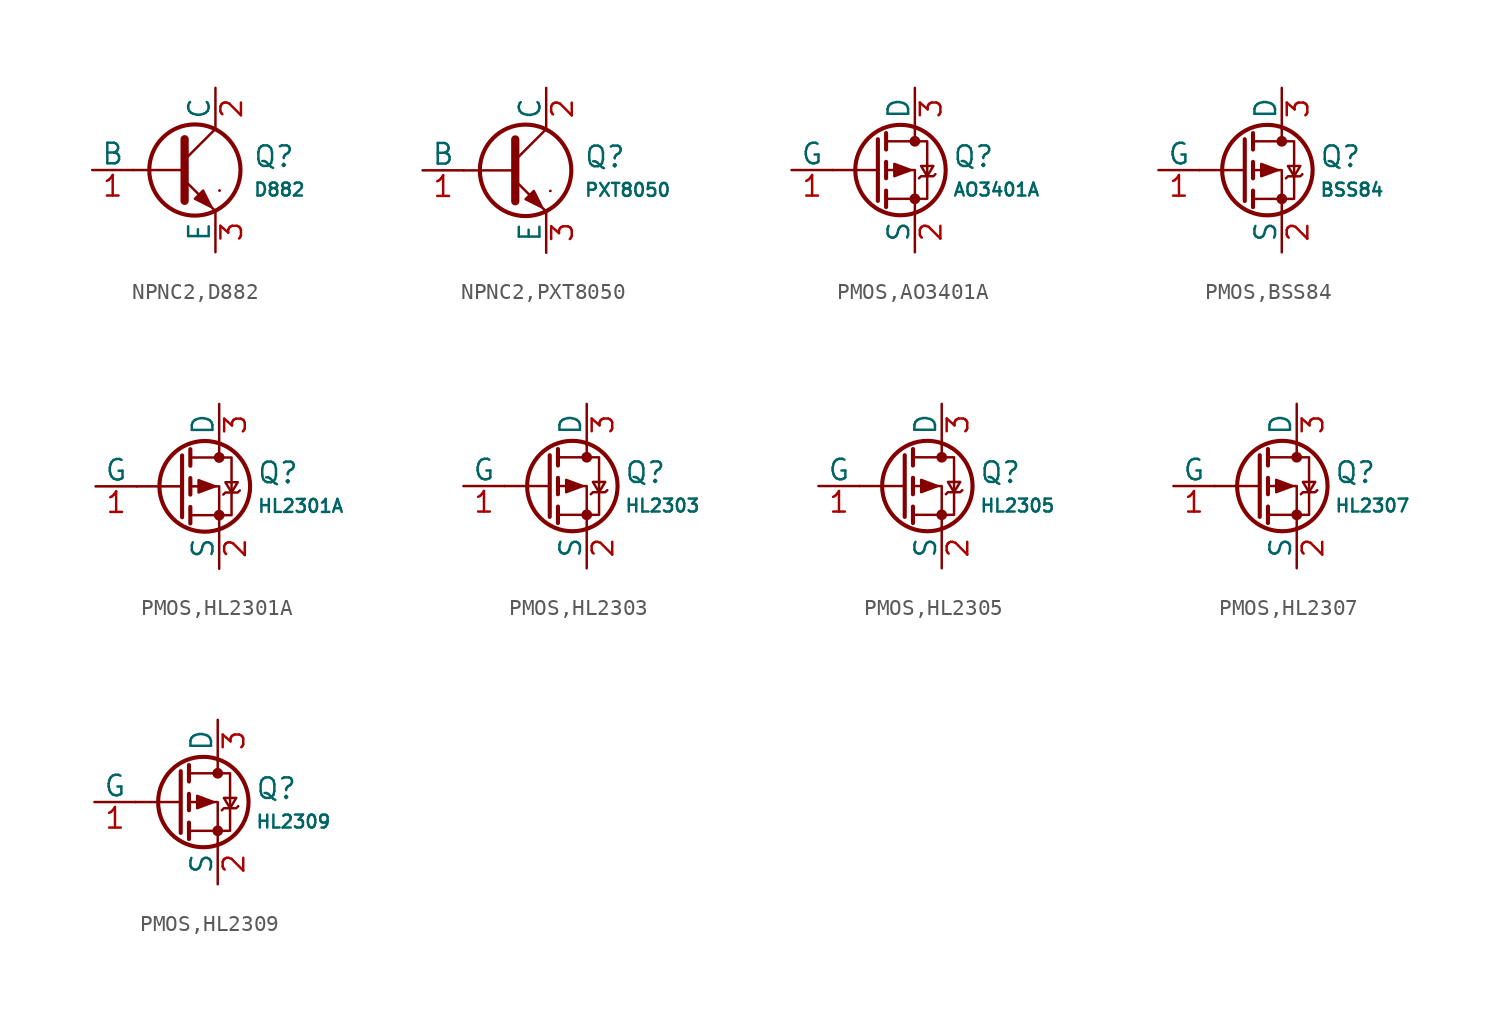
<source format=kicad_sym>
(kicad_symbol_lib
  (version 20231120)
  (generator "CDFER")
  (generator_version "8.0")
  (symbol "NPNC2,D882"
    (pin_names
      (offset 0))
    (property "Reference" "Q"
      (at 4.851 0.834 0)
      (effects (font (size 1.27 1.27)) (justify left)))
    (property "Value" "D882"
      (at 4.851 -1.212 0)
      (effects (font (size 0.8 0.8)) (justify left)))
    (symbol "NPNC2,D882_0_1"
      (polyline (pts (xy -2.54 0) (xy 0.635 0)) (stroke (width 0.152) (type default)) (fill (type none)))
      (polyline (pts (xy 0.635 0.635) (xy 2.54 2.54)) (stroke (width 0) (type default)) (fill (type none)))
      (polyline (pts (xy 2.794 -1.27) (xy 2.794 -1.27)) (stroke (width 0.152) (type default)) (fill (type none)))
      (polyline (pts (xy 2.794 -1.27) (xy 2.794 -1.27)) (stroke (width 0.152) (type default)) (fill (type none)))
      (polyline (pts (xy 0.635 -0.635) (xy 2.54 -2.54) (xy 2.54 -2.54)) (stroke (width 0) (type default)) (fill (type none)))
      (polyline (pts (xy 0.635 1.905) (xy 0.635 -1.905) (xy 0.635 -1.905)) (stroke (width 0.508) (type default)) (fill (type none)))
      (polyline (pts (xy 1.27 -1.778) (xy 1.778 -1.27) (xy 2.286 -2.286) (xy 1.27 -1.778) (xy 1.27 -1.778)) (stroke (width 0) (type default)) (fill (type outline)))
      (circle (center 1.27 0) (radius 2.819) (stroke (width 0.254) (type default)) (fill (type none))))
    (symbol "NPNC2,D882_1_1"
      (pin open_collector line (at 2.54 5.08 270) (length 2.54) (name "C" (effects (font (size 1.27 1.27)))) (number "2" (effects (font (size 1.27 1.27)))))
      (pin input line (at -5.08 0 0) (length 2.54) (name "B" (effects (font (size 1.27 1.27)))) (number "1" (effects (font (size 1.27 1.27)))))
      (pin open_emitter line (at 2.54 -5.08 90) (length 2.54) (name "E" (effects (font (size 1.27 1.27)))) (number "3" (effects (font (size 1.27 1.27)))))))
  (symbol "NPNC2,PXT8050"
    (pin_names
      (offset 0))
    (property "Reference" "Q"
      (at 4.851 0.834 0)
      (effects (font (size 1.27 1.27)) (justify left)))
    (property "Value" "PXT8050"
      (at 4.851 -1.212 0)
      (effects (font (size 0.8 0.8)) (justify left)))
    (symbol "NPNC2,PXT8050_0_1"
      (polyline (pts (xy -2.54 0) (xy 0.635 0)) (stroke (width 0.152) (type default)) (fill (type none)))
      (polyline (pts (xy 0.635 0.635) (xy 2.54 2.54)) (stroke (width 0) (type default)) (fill (type none)))
      (polyline (pts (xy 2.794 -1.27) (xy 2.794 -1.27)) (stroke (width 0.152) (type default)) (fill (type none)))
      (polyline (pts (xy 2.794 -1.27) (xy 2.794 -1.27)) (stroke (width 0.152) (type default)) (fill (type none)))
      (polyline (pts (xy 0.635 -0.635) (xy 2.54 -2.54) (xy 2.54 -2.54)) (stroke (width 0) (type default)) (fill (type none)))
      (polyline (pts (xy 0.635 1.905) (xy 0.635 -1.905) (xy 0.635 -1.905)) (stroke (width 0.508) (type default)) (fill (type none)))
      (polyline (pts (xy 1.27 -1.778) (xy 1.778 -1.27) (xy 2.286 -2.286) (xy 1.27 -1.778) (xy 1.27 -1.778)) (stroke (width 0) (type default)) (fill (type outline)))
      (circle (center 1.27 0) (radius 2.819) (stroke (width 0.254) (type default)) (fill (type none))))
    (symbol "NPNC2,PXT8050_1_1"
      (pin open_collector line (at 2.54 5.08 270) (length 2.54) (name "C" (effects (font (size 1.27 1.27)))) (number "2" (effects (font (size 1.27 1.27)))))
      (pin input line (at -5.08 0 0) (length 2.54) (name "B" (effects (font (size 1.27 1.27)))) (number "1" (effects (font (size 1.27 1.27)))))
      (pin open_emitter line (at 2.54 -5.08 90) (length 2.54) (name "E" (effects (font (size 1.27 1.27)))) (number "3" (effects (font (size 1.27 1.27)))))))
  (symbol "PMOS,AO3401A"
    (pin_names
      (offset 0))
    (property "Reference" "Q"
      (at 4.851 0.834 0)
      (effects (font (size 1.27 1.27)) (justify left)))
    (property "Value" "AO3401A"
      (at 4.851 -1.212 0)
      (effects (font (size 0.8 0.8)) (justify left)))
    (symbol "PMOS,AO3401A_0_1"
      (polyline (pts (xy 0.254 0) (xy -2.54 0)) (stroke (width 0) (type default)) (fill (type none)))
      (polyline (pts (xy 0.254 1.905) (xy 0.254 -1.905)) (stroke (width 0.254) (type default)) (fill (type none)))
      (polyline (pts (xy 0.762 -1.27) (xy 0.762 -2.286)) (stroke (width 0.254) (type default)) (fill (type none)))
      (polyline (pts (xy 0.762 0.508) (xy 0.762 -0.508)) (stroke (width 0.254) (type default)) (fill (type none)))
      (polyline (pts (xy 0.762 2.286) (xy 0.762 1.27)) (stroke (width 0.254) (type default)) (fill (type none)))
      (polyline (pts (xy 2.54 2.54) (xy 2.54 1.778)) (stroke (width 0) (type default)) (fill (type none)))
      (polyline (pts (xy 2.54 -2.54) (xy 2.54 0) (xy 0.762 0)) (stroke (width 0) (type default)) (fill (type none)))
      (polyline (pts (xy 0.762 1.778) (xy 3.302 1.778) (xy 3.302 -1.778) (xy 0.762 -1.778)) (stroke (width 0) (type default)) (fill (type none)))
      (polyline (pts (xy 2.286 0) (xy 1.27 0.381) (xy 1.27 -0.381) (xy 2.286 0)) (stroke (width 0) (type default)) (fill (type outline)))
      (polyline (pts (xy 2.794 -0.508) (xy 2.921 -0.381) (xy 3.683 -0.381) (xy 3.81 -0.254)) (stroke (width 0) (type default)) (fill (type none)))
      (polyline (pts (xy 3.302 -0.381) (xy 2.921 0.254) (xy 3.683 0.254) (xy 3.302 -0.381)) (stroke (width 0) (type default)) (fill (type none)))
      (circle (center 1.651 0) (radius 2.794) (stroke (width 0.254) (type default)) (fill (type none)))
      (circle (center 2.54 -1.778) (radius 0.254) (stroke (width 0) (type default)) (fill (type outline)))
      (circle (center 2.54 1.778) (radius 0.254) (stroke (width 0) (type default)) (fill (type outline))))
    (symbol "PMOS,AO3401A_1_1"
      (pin passive line (at 2.54 5.08 270) (length 2.54) (name "D" (effects (font (size 1.27 1.27)))) (number "3" (effects (font (size 1.27 1.27)))))
      (pin input line (at -5.08 0 0) (length 2.54) (name "G" (effects (font (size 1.27 1.27)))) (number "1" (effects (font (size 1.27 1.27)))))
      (pin passive line (at 2.54 -5.08 90) (length 2.54) (name "S" (effects (font (size 1.27 1.27)))) (number "2" (effects (font (size 1.27 1.27)))))))
  (symbol "PMOS,BSS84"
    (pin_names
      (offset 0))
    (property "Reference" "Q"
      (at 4.851 0.834 0)
      (effects (font (size 1.27 1.27)) (justify left)))
    (property "Value" "BSS84"
      (at 4.851 -1.212 0)
      (effects (font (size 0.8 0.8)) (justify left)))
    (symbol "PMOS,BSS84_0_1"
      (polyline (pts (xy 0.254 0) (xy -2.54 0)) (stroke (width 0) (type default)) (fill (type none)))
      (polyline (pts (xy 0.254 1.905) (xy 0.254 -1.905)) (stroke (width 0.254) (type default)) (fill (type none)))
      (polyline (pts (xy 0.762 -1.27) (xy 0.762 -2.286)) (stroke (width 0.254) (type default)) (fill (type none)))
      (polyline (pts (xy 0.762 0.508) (xy 0.762 -0.508)) (stroke (width 0.254) (type default)) (fill (type none)))
      (polyline (pts (xy 0.762 2.286) (xy 0.762 1.27)) (stroke (width 0.254) (type default)) (fill (type none)))
      (polyline (pts (xy 2.54 2.54) (xy 2.54 1.778)) (stroke (width 0) (type default)) (fill (type none)))
      (polyline (pts (xy 2.54 -2.54) (xy 2.54 0) (xy 0.762 0)) (stroke (width 0) (type default)) (fill (type none)))
      (polyline (pts (xy 0.762 1.778) (xy 3.302 1.778) (xy 3.302 -1.778) (xy 0.762 -1.778)) (stroke (width 0) (type default)) (fill (type none)))
      (polyline (pts (xy 2.286 0) (xy 1.27 0.381) (xy 1.27 -0.381) (xy 2.286 0)) (stroke (width 0) (type default)) (fill (type outline)))
      (polyline (pts (xy 2.794 -0.508) (xy 2.921 -0.381) (xy 3.683 -0.381) (xy 3.81 -0.254)) (stroke (width 0) (type default)) (fill (type none)))
      (polyline (pts (xy 3.302 -0.381) (xy 2.921 0.254) (xy 3.683 0.254) (xy 3.302 -0.381)) (stroke (width 0) (type default)) (fill (type none)))
      (circle (center 1.651 0) (radius 2.794) (stroke (width 0.254) (type default)) (fill (type none)))
      (circle (center 2.54 -1.778) (radius 0.254) (stroke (width 0) (type default)) (fill (type outline)))
      (circle (center 2.54 1.778) (radius 0.254) (stroke (width 0) (type default)) (fill (type outline))))
    (symbol "PMOS,BSS84_1_1"
      (pin passive line (at 2.54 5.08 270) (length 2.54) (name "D" (effects (font (size 1.27 1.27)))) (number "3" (effects (font (size 1.27 1.27)))))
      (pin input line (at -5.08 0 0) (length 2.54) (name "G" (effects (font (size 1.27 1.27)))) (number "1" (effects (font (size 1.27 1.27)))))
      (pin passive line (at 2.54 -5.08 90) (length 2.54) (name "S" (effects (font (size 1.27 1.27)))) (number "2" (effects (font (size 1.27 1.27)))))))
  (symbol "PMOS,HL2301A"
    (pin_names
      (offset 0))
    (property "Reference" "Q"
      (at 4.851 0.834 0)
      (effects (font (size 1.27 1.27)) (justify left)))
    (property "Value" "HL2301A"
      (at 4.851 -1.212 0)
      (effects (font (size 0.8 0.8)) (justify left)))
    (symbol "PMOS,HL2301A_0_1"
      (polyline (pts (xy 0.254 0) (xy -2.54 0)) (stroke (width 0) (type default)) (fill (type none)))
      (polyline (pts (xy 0.254 1.905) (xy 0.254 -1.905)) (stroke (width 0.254) (type default)) (fill (type none)))
      (polyline (pts (xy 0.762 -1.27) (xy 0.762 -2.286)) (stroke (width 0.254) (type default)) (fill (type none)))
      (polyline (pts (xy 0.762 0.508) (xy 0.762 -0.508)) (stroke (width 0.254) (type default)) (fill (type none)))
      (polyline (pts (xy 0.762 2.286) (xy 0.762 1.27)) (stroke (width 0.254) (type default)) (fill (type none)))
      (polyline (pts (xy 2.54 2.54) (xy 2.54 1.778)) (stroke (width 0) (type default)) (fill (type none)))
      (polyline (pts (xy 2.54 -2.54) (xy 2.54 0) (xy 0.762 0)) (stroke (width 0) (type default)) (fill (type none)))
      (polyline (pts (xy 0.762 1.778) (xy 3.302 1.778) (xy 3.302 -1.778) (xy 0.762 -1.778)) (stroke (width 0) (type default)) (fill (type none)))
      (polyline (pts (xy 2.286 0) (xy 1.27 0.381) (xy 1.27 -0.381) (xy 2.286 0)) (stroke (width 0) (type default)) (fill (type outline)))
      (polyline (pts (xy 2.794 -0.508) (xy 2.921 -0.381) (xy 3.683 -0.381) (xy 3.81 -0.254)) (stroke (width 0) (type default)) (fill (type none)))
      (polyline (pts (xy 3.302 -0.381) (xy 2.921 0.254) (xy 3.683 0.254) (xy 3.302 -0.381)) (stroke (width 0) (type default)) (fill (type none)))
      (circle (center 1.651 0) (radius 2.794) (stroke (width 0.254) (type default)) (fill (type none)))
      (circle (center 2.54 -1.778) (radius 0.254) (stroke (width 0) (type default)) (fill (type outline)))
      (circle (center 2.54 1.778) (radius 0.254) (stroke (width 0) (type default)) (fill (type outline))))
    (symbol "PMOS,HL2301A_1_1"
      (pin passive line (at 2.54 5.08 270) (length 2.54) (name "D" (effects (font (size 1.27 1.27)))) (number "3" (effects (font (size 1.27 1.27)))))
      (pin input line (at -5.08 0 0) (length 2.54) (name "G" (effects (font (size 1.27 1.27)))) (number "1" (effects (font (size 1.27 1.27)))))
      (pin passive line (at 2.54 -5.08 90) (length 2.54) (name "S" (effects (font (size 1.27 1.27)))) (number "2" (effects (font (size 1.27 1.27)))))))
  (symbol "PMOS,HL2303"
    (pin_names
      (offset 0))
    (property "Reference" "Q"
      (at 4.851 0.834 0)
      (effects (font (size 1.27 1.27)) (justify left)))
    (property "Value" "HL2303"
      (at 4.851 -1.212 0)
      (effects (font (size 0.8 0.8)) (justify left)))
    (symbol "PMOS,HL2303_0_1"
      (polyline (pts (xy 0.254 0) (xy -2.54 0)) (stroke (width 0) (type default)) (fill (type none)))
      (polyline (pts (xy 0.254 1.905) (xy 0.254 -1.905)) (stroke (width 0.254) (type default)) (fill (type none)))
      (polyline (pts (xy 0.762 -1.27) (xy 0.762 -2.286)) (stroke (width 0.254) (type default)) (fill (type none)))
      (polyline (pts (xy 0.762 0.508) (xy 0.762 -0.508)) (stroke (width 0.254) (type default)) (fill (type none)))
      (polyline (pts (xy 0.762 2.286) (xy 0.762 1.27)) (stroke (width 0.254) (type default)) (fill (type none)))
      (polyline (pts (xy 2.54 2.54) (xy 2.54 1.778)) (stroke (width 0) (type default)) (fill (type none)))
      (polyline (pts (xy 2.54 -2.54) (xy 2.54 0) (xy 0.762 0)) (stroke (width 0) (type default)) (fill (type none)))
      (polyline (pts (xy 0.762 1.778) (xy 3.302 1.778) (xy 3.302 -1.778) (xy 0.762 -1.778)) (stroke (width 0) (type default)) (fill (type none)))
      (polyline (pts (xy 2.286 0) (xy 1.27 0.381) (xy 1.27 -0.381) (xy 2.286 0)) (stroke (width 0) (type default)) (fill (type outline)))
      (polyline (pts (xy 2.794 -0.508) (xy 2.921 -0.381) (xy 3.683 -0.381) (xy 3.81 -0.254)) (stroke (width 0) (type default)) (fill (type none)))
      (polyline (pts (xy 3.302 -0.381) (xy 2.921 0.254) (xy 3.683 0.254) (xy 3.302 -0.381)) (stroke (width 0) (type default)) (fill (type none)))
      (circle (center 1.651 0) (radius 2.794) (stroke (width 0.254) (type default)) (fill (type none)))
      (circle (center 2.54 -1.778) (radius 0.254) (stroke (width 0) (type default)) (fill (type outline)))
      (circle (center 2.54 1.778) (radius 0.254) (stroke (width 0) (type default)) (fill (type outline))))
    (symbol "PMOS,HL2303_1_1"
      (pin passive line (at 2.54 5.08 270) (length 2.54) (name "D" (effects (font (size 1.27 1.27)))) (number "3" (effects (font (size 1.27 1.27)))))
      (pin input line (at -5.08 0 0) (length 2.54) (name "G" (effects (font (size 1.27 1.27)))) (number "1" (effects (font (size 1.27 1.27)))))
      (pin passive line (at 2.54 -5.08 90) (length 2.54) (name "S" (effects (font (size 1.27 1.27)))) (number "2" (effects (font (size 1.27 1.27)))))))
  (symbol "PMOS,HL2305"
    (pin_names
      (offset 0))
    (property "Reference" "Q"
      (at 4.851 0.834 0)
      (effects (font (size 1.27 1.27)) (justify left)))
    (property "Value" "HL2305"
      (at 4.851 -1.212 0)
      (effects (font (size 0.8 0.8)) (justify left)))
    (symbol "PMOS,HL2305_0_1"
      (polyline (pts (xy 0.254 0) (xy -2.54 0)) (stroke (width 0) (type default)) (fill (type none)))
      (polyline (pts (xy 0.254 1.905) (xy 0.254 -1.905)) (stroke (width 0.254) (type default)) (fill (type none)))
      (polyline (pts (xy 0.762 -1.27) (xy 0.762 -2.286)) (stroke (width 0.254) (type default)) (fill (type none)))
      (polyline (pts (xy 0.762 0.508) (xy 0.762 -0.508)) (stroke (width 0.254) (type default)) (fill (type none)))
      (polyline (pts (xy 0.762 2.286) (xy 0.762 1.27)) (stroke (width 0.254) (type default)) (fill (type none)))
      (polyline (pts (xy 2.54 2.54) (xy 2.54 1.778)) (stroke (width 0) (type default)) (fill (type none)))
      (polyline (pts (xy 2.54 -2.54) (xy 2.54 0) (xy 0.762 0)) (stroke (width 0) (type default)) (fill (type none)))
      (polyline (pts (xy 0.762 1.778) (xy 3.302 1.778) (xy 3.302 -1.778) (xy 0.762 -1.778)) (stroke (width 0) (type default)) (fill (type none)))
      (polyline (pts (xy 2.286 0) (xy 1.27 0.381) (xy 1.27 -0.381) (xy 2.286 0)) (stroke (width 0) (type default)) (fill (type outline)))
      (polyline (pts (xy 2.794 -0.508) (xy 2.921 -0.381) (xy 3.683 -0.381) (xy 3.81 -0.254)) (stroke (width 0) (type default)) (fill (type none)))
      (polyline (pts (xy 3.302 -0.381) (xy 2.921 0.254) (xy 3.683 0.254) (xy 3.302 -0.381)) (stroke (width 0) (type default)) (fill (type none)))
      (circle (center 1.651 0) (radius 2.794) (stroke (width 0.254) (type default)) (fill (type none)))
      (circle (center 2.54 -1.778) (radius 0.254) (stroke (width 0) (type default)) (fill (type outline)))
      (circle (center 2.54 1.778) (radius 0.254) (stroke (width 0) (type default)) (fill (type outline))))
    (symbol "PMOS,HL2305_1_1"
      (pin passive line (at 2.54 5.08 270) (length 2.54) (name "D" (effects (font (size 1.27 1.27)))) (number "3" (effects (font (size 1.27 1.27)))))
      (pin input line (at -5.08 0 0) (length 2.54) (name "G" (effects (font (size 1.27 1.27)))) (number "1" (effects (font (size 1.27 1.27)))))
      (pin passive line (at 2.54 -5.08 90) (length 2.54) (name "S" (effects (font (size 1.27 1.27)))) (number "2" (effects (font (size 1.27 1.27)))))))
  (symbol "PMOS,HL2307"
    (pin_names
      (offset 0))
    (property "Reference" "Q"
      (at 4.851 0.834 0)
      (effects (font (size 1.27 1.27)) (justify left)))
    (property "Value" "HL2307"
      (at 4.851 -1.212 0)
      (effects (font (size 0.8 0.8)) (justify left)))
    (symbol "PMOS,HL2307_0_1"
      (polyline (pts (xy 0.254 0) (xy -2.54 0)) (stroke (width 0) (type default)) (fill (type none)))
      (polyline (pts (xy 0.254 1.905) (xy 0.254 -1.905)) (stroke (width 0.254) (type default)) (fill (type none)))
      (polyline (pts (xy 0.762 -1.27) (xy 0.762 -2.286)) (stroke (width 0.254) (type default)) (fill (type none)))
      (polyline (pts (xy 0.762 0.508) (xy 0.762 -0.508)) (stroke (width 0.254) (type default)) (fill (type none)))
      (polyline (pts (xy 0.762 2.286) (xy 0.762 1.27)) (stroke (width 0.254) (type default)) (fill (type none)))
      (polyline (pts (xy 2.54 2.54) (xy 2.54 1.778)) (stroke (width 0) (type default)) (fill (type none)))
      (polyline (pts (xy 2.54 -2.54) (xy 2.54 0) (xy 0.762 0)) (stroke (width 0) (type default)) (fill (type none)))
      (polyline (pts (xy 0.762 1.778) (xy 3.302 1.778) (xy 3.302 -1.778) (xy 0.762 -1.778)) (stroke (width 0) (type default)) (fill (type none)))
      (polyline (pts (xy 2.286 0) (xy 1.27 0.381) (xy 1.27 -0.381) (xy 2.286 0)) (stroke (width 0) (type default)) (fill (type outline)))
      (polyline (pts (xy 2.794 -0.508) (xy 2.921 -0.381) (xy 3.683 -0.381) (xy 3.81 -0.254)) (stroke (width 0) (type default)) (fill (type none)))
      (polyline (pts (xy 3.302 -0.381) (xy 2.921 0.254) (xy 3.683 0.254) (xy 3.302 -0.381)) (stroke (width 0) (type default)) (fill (type none)))
      (circle (center 1.651 0) (radius 2.794) (stroke (width 0.254) (type default)) (fill (type none)))
      (circle (center 2.54 -1.778) (radius 0.254) (stroke (width 0) (type default)) (fill (type outline)))
      (circle (center 2.54 1.778) (radius 0.254) (stroke (width 0) (type default)) (fill (type outline))))
    (symbol "PMOS,HL2307_1_1"
      (pin passive line (at 2.54 5.08 270) (length 2.54) (name "D" (effects (font (size 1.27 1.27)))) (number "3" (effects (font (size 1.27 1.27)))))
      (pin input line (at -5.08 0 0) (length 2.54) (name "G" (effects (font (size 1.27 1.27)))) (number "1" (effects (font (size 1.27 1.27)))))
      (pin passive line (at 2.54 -5.08 90) (length 2.54) (name "S" (effects (font (size 1.27 1.27)))) (number "2" (effects (font (size 1.27 1.27)))))))
  (symbol "PMOS,HL2309"
    (pin_names
      (offset 0))
    (property "Reference" "Q"
      (at 4.851 0.834 0)
      (effects (font (size 1.27 1.27)) (justify left)))
    (property "Value" "HL2309"
      (at 4.851 -1.212 0)
      (effects (font (size 0.8 0.8)) (justify left)))
    (symbol "PMOS,HL2309_0_1"
      (polyline (pts (xy 0.254 0) (xy -2.54 0)) (stroke (width 0) (type default)) (fill (type none)))
      (polyline (pts (xy 0.254 1.905) (xy 0.254 -1.905)) (stroke (width 0.254) (type default)) (fill (type none)))
      (polyline (pts (xy 0.762 -1.27) (xy 0.762 -2.286)) (stroke (width 0.254) (type default)) (fill (type none)))
      (polyline (pts (xy 0.762 0.508) (xy 0.762 -0.508)) (stroke (width 0.254) (type default)) (fill (type none)))
      (polyline (pts (xy 0.762 2.286) (xy 0.762 1.27)) (stroke (width 0.254) (type default)) (fill (type none)))
      (polyline (pts (xy 2.54 2.54) (xy 2.54 1.778)) (stroke (width 0) (type default)) (fill (type none)))
      (polyline (pts (xy 2.54 -2.54) (xy 2.54 0) (xy 0.762 0)) (stroke (width 0) (type default)) (fill (type none)))
      (polyline (pts (xy 0.762 1.778) (xy 3.302 1.778) (xy 3.302 -1.778) (xy 0.762 -1.778)) (stroke (width 0) (type default)) (fill (type none)))
      (polyline (pts (xy 2.286 0) (xy 1.27 0.381) (xy 1.27 -0.381) (xy 2.286 0)) (stroke (width 0) (type default)) (fill (type outline)))
      (polyline (pts (xy 2.794 -0.508) (xy 2.921 -0.381) (xy 3.683 -0.381) (xy 3.81 -0.254)) (stroke (width 0) (type default)) (fill (type none)))
      (polyline (pts (xy 3.302 -0.381) (xy 2.921 0.254) (xy 3.683 0.254) (xy 3.302 -0.381)) (stroke (width 0) (type default)) (fill (type none)))
      (circle (center 1.651 0) (radius 2.794) (stroke (width 0.254) (type default)) (fill (type none)))
      (circle (center 2.54 -1.778) (radius 0.254) (stroke (width 0) (type default)) (fill (type outline)))
      (circle (center 2.54 1.778) (radius 0.254) (stroke (width 0) (type default)) (fill (type outline))))
    (symbol "PMOS,HL2309_1_1"
      (pin passive line (at 2.54 5.08 270) (length 2.54) (name "D" (effects (font (size 1.27 1.27)))) (number "3" (effects (font (size 1.27 1.27)))))
      (pin input line (at -5.08 0 0) (length 2.54) (name "G" (effects (font (size 1.27 1.27)))) (number "1" (effects (font (size 1.27 1.27)))))
      (pin passive line (at 2.54 -5.08 90) (length 2.54) (name "S" (effects (font (size 1.27 1.27)))) (number "2" (effects (font (size 1.27 1.27))))))))
</source>
